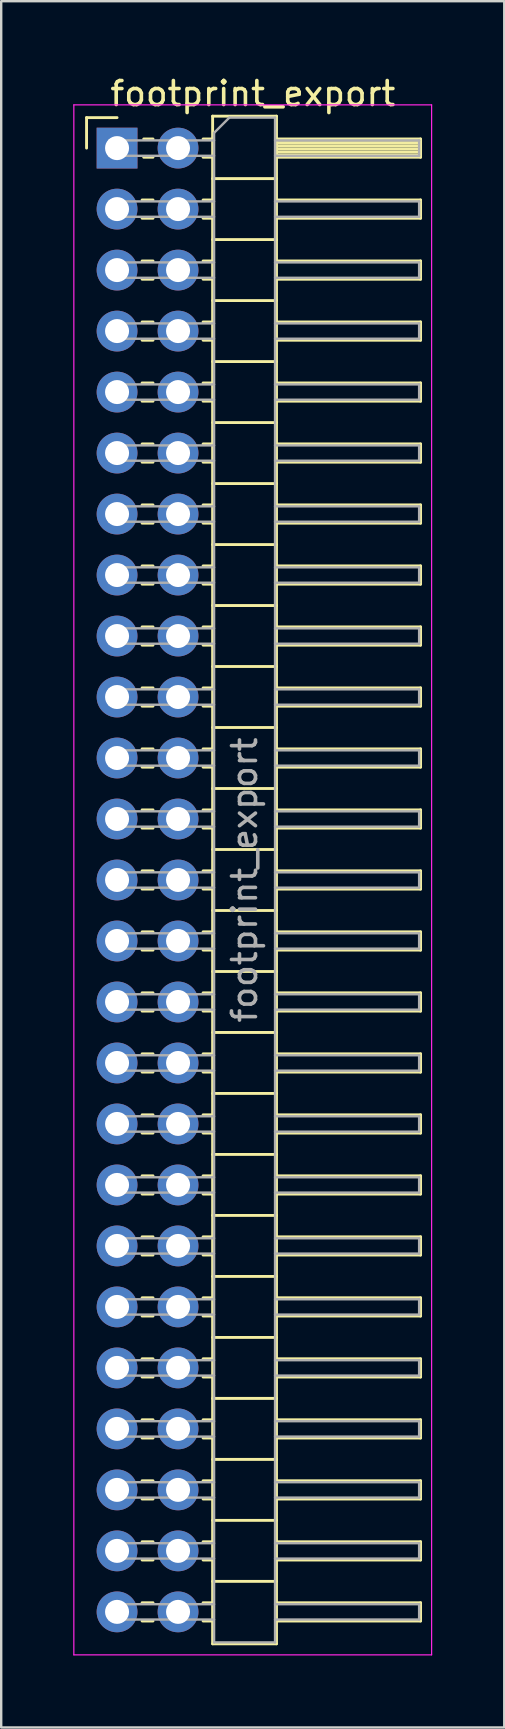
<source format=kicad_pcb>
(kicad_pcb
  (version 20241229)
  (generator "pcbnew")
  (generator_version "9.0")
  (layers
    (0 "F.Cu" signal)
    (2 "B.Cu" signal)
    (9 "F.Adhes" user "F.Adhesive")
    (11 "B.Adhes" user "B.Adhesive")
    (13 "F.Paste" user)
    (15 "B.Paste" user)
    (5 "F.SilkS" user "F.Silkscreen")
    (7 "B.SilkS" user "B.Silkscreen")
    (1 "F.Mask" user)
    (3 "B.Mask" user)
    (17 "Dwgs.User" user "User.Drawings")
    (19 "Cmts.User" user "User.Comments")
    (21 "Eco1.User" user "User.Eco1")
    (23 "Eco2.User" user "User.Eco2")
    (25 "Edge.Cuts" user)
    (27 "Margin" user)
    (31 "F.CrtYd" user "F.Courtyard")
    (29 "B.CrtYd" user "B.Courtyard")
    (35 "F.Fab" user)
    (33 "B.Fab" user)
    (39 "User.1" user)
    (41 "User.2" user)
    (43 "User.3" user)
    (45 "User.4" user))
  (footprint "footprint_export"
    (layer "F.Cu")
    (at 1.825 3.118)
    (property "Reference" "footprint_export" (at 5.655 -2.27 0) (layer "F.SilkS") (effects (font (size 1 1) (thickness 0.15))))
    (attr through_hole)
    (fp_line (start -1.27 -1.27) (end 0 -1.27) (stroke (width 0.12) (type solid)) (layer "F.SilkS"))
    (fp_line (start -1.27 0) (end -1.27 -1.27) (stroke (width 0.12) (type solid)) (layer "F.SilkS"))
    (fp_line (start 1.043 2.16) (end 1.497 2.16) (stroke (width 0.12) (type solid)) (layer "F.SilkS"))
    (fp_line (start 1.043 2.92) (end 1.497 2.92) (stroke (width 0.12) (type solid)) (layer "F.SilkS"))
    (fp_line (start 1.043 4.7) (end 1.497 4.7) (stroke (width 0.12) (type solid)) (layer "F.SilkS"))
    (fp_line (start 1.043 5.46) (end 1.497 5.46) (stroke (width 0.12) (type solid)) (layer "F.SilkS"))
    (fp_line (start 1.043 7.24) (end 1.497 7.24) (stroke (width 0.12) (type solid)) (layer "F.SilkS"))
    (fp_line (start 1.043 8) (end 1.497 8) (stroke (width 0.12) (type solid)) (layer "F.SilkS"))
    (fp_line (start 1.043 9.78) (end 1.497 9.78) (stroke (width 0.12) (type solid)) (layer "F.SilkS"))
    (fp_line (start 1.043 10.54) (end 1.497 10.54) (stroke (width 0.12) (type solid)) (layer "F.SilkS"))
    (fp_line (start 1.043 12.32) (end 1.497 12.32) (stroke (width 0.12) (type solid)) (layer "F.SilkS"))
    (fp_line (start 1.043 13.08) (end 1.497 13.08) (stroke (width 0.12) (type solid)) (layer "F.SilkS"))
    (fp_line (start 1.043 14.86) (end 1.497 14.86) (stroke (width 0.12) (type solid)) (layer "F.SilkS"))
    (fp_line (start 1.043 15.62) (end 1.497 15.62) (stroke (width 0.12) (type solid)) (layer "F.SilkS"))
    (fp_line (start 1.043 17.4) (end 1.497 17.4) (stroke (width 0.12) (type solid)) (layer "F.SilkS"))
    (fp_line (start 1.043 18.16) (end 1.497 18.16) (stroke (width 0.12) (type solid)) (layer "F.SilkS"))
    (fp_line (start 1.043 19.94) (end 1.497 19.94) (stroke (width 0.12) (type solid)) (layer "F.SilkS"))
    (fp_line (start 1.043 20.7) (end 1.497 20.7) (stroke (width 0.12) (type solid)) (layer "F.SilkS"))
    (fp_line (start 1.043 22.48) (end 1.497 22.48) (stroke (width 0.12) (type solid)) (layer "F.SilkS"))
    (fp_line (start 1.043 23.24) (end 1.497 23.24) (stroke (width 0.12) (type solid)) (layer "F.SilkS"))
    (fp_line (start 1.043 25.02) (end 1.497 25.02) (stroke (width 0.12) (type solid)) (layer "F.SilkS"))
    (fp_line (start 1.043 25.78) (end 1.497 25.78) (stroke (width 0.12) (type solid)) (layer "F.SilkS"))
    (fp_line (start 1.043 27.56) (end 1.497 27.56) (stroke (width 0.12) (type solid)) (layer "F.SilkS"))
    (fp_line (start 1.043 28.32) (end 1.497 28.32) (stroke (width 0.12) (type solid)) (layer "F.SilkS"))
    (fp_line (start 1.043 30.1) (end 1.497 30.1) (stroke (width 0.12) (type solid)) (layer "F.SilkS"))
    (fp_line (start 1.043 30.86) (end 1.497 30.86) (stroke (width 0.12) (type solid)) (layer "F.SilkS"))
    (fp_line (start 1.043 32.64) (end 1.497 32.64) (stroke (width 0.12) (type solid)) (layer "F.SilkS"))
    (fp_line (start 1.043 33.4) (end 1.497 33.4) (stroke (width 0.12) (type solid)) (layer "F.SilkS"))
    (fp_line (start 1.043 35.18) (end 1.497 35.18) (stroke (width 0.12) (type solid)) (layer "F.SilkS"))
    (fp_line (start 1.043 35.94) (end 1.497 35.94) (stroke (width 0.12) (type solid)) (layer "F.SilkS"))
    (fp_line (start 1.043 37.72) (end 1.497 37.72) (stroke (width 0.12) (type solid)) (layer "F.SilkS"))
    (fp_line (start 1.043 38.48) (end 1.497 38.48) (stroke (width 0.12) (type solid)) (layer "F.SilkS"))
    (fp_line (start 1.043 40.26) (end 1.497 40.26) (stroke (width 0.12) (type solid)) (layer "F.SilkS"))
    (fp_line (start 1.043 41.02) (end 1.497 41.02) (stroke (width 0.12) (type solid)) (layer "F.SilkS"))
    (fp_line (start 1.043 42.8) (end 1.497 42.8) (stroke (width 0.12) (type solid)) (layer "F.SilkS"))
    (fp_line (start 1.043 43.56) (end 1.497 43.56) (stroke (width 0.12) (type solid)) (layer "F.SilkS"))
    (fp_line (start 1.043 45.34) (end 1.497 45.34) (stroke (width 0.12) (type solid)) (layer "F.SilkS"))
    (fp_line (start 1.043 46.1) (end 1.497 46.1) (stroke (width 0.12) (type solid)) (layer "F.SilkS"))
    (fp_line (start 1.043 47.88) (end 1.497 47.88) (stroke (width 0.12) (type solid)) (layer "F.SilkS"))
    (fp_line (start 1.043 48.64) (end 1.497 48.64) (stroke (width 0.12) (type solid)) (layer "F.SilkS"))
    (fp_line (start 1.043 50.42) (end 1.497 50.42) (stroke (width 0.12) (type solid)) (layer "F.SilkS"))
    (fp_line (start 1.043 51.18) (end 1.497 51.18) (stroke (width 0.12) (type solid)) (layer "F.SilkS"))
    (fp_line (start 1.043 52.96) (end 1.497 52.96) (stroke (width 0.12) (type solid)) (layer "F.SilkS"))
    (fp_line (start 1.043 53.72) (end 1.497 53.72) (stroke (width 0.12) (type solid)) (layer "F.SilkS"))
    (fp_line (start 1.043 55.5) (end 1.497 55.5) (stroke (width 0.12) (type solid)) (layer "F.SilkS"))
    (fp_line (start 1.043 56.26) (end 1.497 56.26) (stroke (width 0.12) (type solid)) (layer "F.SilkS"))
    (fp_line (start 1.043 58.04) (end 1.497 58.04) (stroke (width 0.12) (type solid)) (layer "F.SilkS"))
    (fp_line (start 1.043 58.8) (end 1.497 58.8) (stroke (width 0.12) (type solid)) (layer "F.SilkS"))
    (fp_line (start 1.043 60.58) (end 1.497 60.58) (stroke (width 0.12) (type solid)) (layer "F.SilkS"))
    (fp_line (start 1.043 61.34) (end 1.497 61.34) (stroke (width 0.12) (type solid)) (layer "F.SilkS"))
    (fp_line (start 1.11 -0.38) (end 1.497 -0.38) (stroke (width 0.12) (type solid)) (layer "F.SilkS"))
    (fp_line (start 1.11 0.38) (end 1.497 0.38) (stroke (width 0.12) (type solid)) (layer "F.SilkS"))
    (fp_line (start 3.583 -0.38) (end 3.98 -0.38) (stroke (width 0.12) (type solid)) (layer "F.SilkS"))
    (fp_line (start 3.583 0.38) (end 3.98 0.38) (stroke (width 0.12) (type solid)) (layer "F.SilkS"))
    (fp_line (start 3.583 2.16) (end 3.98 2.16) (stroke (width 0.12) (type solid)) (layer "F.SilkS"))
    (fp_line (start 3.583 2.92) (end 3.98 2.92) (stroke (width 0.12) (type solid)) (layer "F.SilkS"))
    (fp_line (start 3.583 4.7) (end 3.98 4.7) (stroke (width 0.12) (type solid)) (layer "F.SilkS"))
    (fp_line (start 3.583 5.46) (end 3.98 5.46) (stroke (width 0.12) (type solid)) (layer "F.SilkS"))
    (fp_line (start 3.583 7.24) (end 3.98 7.24) (stroke (width 0.12) (type solid)) (layer "F.SilkS"))
    (fp_line (start 3.583 8) (end 3.98 8) (stroke (width 0.12) (type solid)) (layer "F.SilkS"))
    (fp_line (start 3.583 9.78) (end 3.98 9.78) (stroke (width 0.12) (type solid)) (layer "F.SilkS"))
    (fp_line (start 3.583 10.54) (end 3.98 10.54) (stroke (width 0.12) (type solid)) (layer "F.SilkS"))
    (fp_line (start 3.583 12.32) (end 3.98 12.32) (stroke (width 0.12) (type solid)) (layer "F.SilkS"))
    (fp_line (start 3.583 13.08) (end 3.98 13.08) (stroke (width 0.12) (type solid)) (layer "F.SilkS"))
    (fp_line (start 3.583 14.86) (end 3.98 14.86) (stroke (width 0.12) (type solid)) (layer "F.SilkS"))
    (fp_line (start 3.583 15.62) (end 3.98 15.62) (stroke (width 0.12) (type solid)) (layer "F.SilkS"))
    (fp_line (start 3.583 17.4) (end 3.98 17.4) (stroke (width 0.12) (type solid)) (layer "F.SilkS"))
    (fp_line (start 3.583 18.16) (end 3.98 18.16) (stroke (width 0.12) (type solid)) (layer "F.SilkS"))
    (fp_line (start 3.583 19.94) (end 3.98 19.94) (stroke (width 0.12) (type solid)) (layer "F.SilkS"))
    (fp_line (start 3.583 20.7) (end 3.98 20.7) (stroke (width 0.12) (type solid)) (layer "F.SilkS"))
    (fp_line (start 3.583 22.48) (end 3.98 22.48) (stroke (width 0.12) (type solid)) (layer "F.SilkS"))
    (fp_line (start 3.583 23.24) (end 3.98 23.24) (stroke (width 0.12) (type solid)) (layer "F.SilkS"))
    (fp_line (start 3.583 25.02) (end 3.98 25.02) (stroke (width 0.12) (type solid)) (layer "F.SilkS"))
    (fp_line (start 3.583 25.78) (end 3.98 25.78) (stroke (width 0.12) (type solid)) (layer "F.SilkS"))
    (fp_line (start 3.583 27.56) (end 3.98 27.56) (stroke (width 0.12) (type solid)) (layer "F.SilkS"))
    (fp_line (start 3.583 28.32) (end 3.98 28.32) (stroke (width 0.12) (type solid)) (layer "F.SilkS"))
    (fp_line (start 3.583 30.1) (end 3.98 30.1) (stroke (width 0.12) (type solid)) (layer "F.SilkS"))
    (fp_line (start 3.583 30.86) (end 3.98 30.86) (stroke (width 0.12) (type solid)) (layer "F.SilkS"))
    (fp_line (start 3.583 32.64) (end 3.98 32.64) (stroke (width 0.12) (type solid)) (layer "F.SilkS"))
    (fp_line (start 3.583 33.4) (end 3.98 33.4) (stroke (width 0.12) (type solid)) (layer "F.SilkS"))
    (fp_line (start 3.583 35.18) (end 3.98 35.18) (stroke (width 0.12) (type solid)) (layer "F.SilkS"))
    (fp_line (start 3.583 35.94) (end 3.98 35.94) (stroke (width 0.12) (type solid)) (layer "F.SilkS"))
    (fp_line (start 3.583 37.72) (end 3.98 37.72) (stroke (width 0.12) (type solid)) (layer "F.SilkS"))
    (fp_line (start 3.583 38.48) (end 3.98 38.48) (stroke (width 0.12) (type solid)) (layer "F.SilkS"))
    (fp_line (start 3.583 40.26) (end 3.98 40.26) (stroke (width 0.12) (type solid)) (layer "F.SilkS"))
    (fp_line (start 3.583 41.02) (end 3.98 41.02) (stroke (width 0.12) (type solid)) (layer "F.SilkS"))
    (fp_line (start 3.583 42.8) (end 3.98 42.8) (stroke (width 0.12) (type solid)) (layer "F.SilkS"))
    (fp_line (start 3.583 43.56) (end 3.98 43.56) (stroke (width 0.12) (type solid)) (layer "F.SilkS"))
    (fp_line (start 3.583 45.34) (end 3.98 45.34) (stroke (width 0.12) (type solid)) (layer "F.SilkS"))
    (fp_line (start 3.583 46.1) (end 3.98 46.1) (stroke (width 0.12) (type solid)) (layer "F.SilkS"))
    (fp_line (start 3.583 47.88) (end 3.98 47.88) (stroke (width 0.12) (type solid)) (layer "F.SilkS"))
    (fp_line (start 3.583 48.64) (end 3.98 48.64) (stroke (width 0.12) (type solid)) (layer "F.SilkS"))
    (fp_line (start 3.583 50.42) (end 3.98 50.42) (stroke (width 0.12) (type solid)) (layer "F.SilkS"))
    (fp_line (start 3.583 51.18) (end 3.98 51.18) (stroke (width 0.12) (type solid)) (layer "F.SilkS"))
    (fp_line (start 3.583 52.96) (end 3.98 52.96) (stroke (width 0.12) (type solid)) (layer "F.SilkS"))
    (fp_line (start 3.583 53.72) (end 3.98 53.72) (stroke (width 0.12) (type solid)) (layer "F.SilkS"))
    (fp_line (start 3.583 55.5) (end 3.98 55.5) (stroke (width 0.12) (type solid)) (layer "F.SilkS"))
    (fp_line (start 3.583 56.26) (end 3.98 56.26) (stroke (width 0.12) (type solid)) (layer "F.SilkS"))
    (fp_line (start 3.583 58.04) (end 3.98 58.04) (stroke (width 0.12) (type solid)) (layer "F.SilkS"))
    (fp_line (start 3.583 58.8) (end 3.98 58.8) (stroke (width 0.12) (type solid)) (layer "F.SilkS"))
    (fp_line (start 3.583 60.58) (end 3.98 60.58) (stroke (width 0.12) (type solid)) (layer "F.SilkS"))
    (fp_line (start 3.583 61.34) (end 3.98 61.34) (stroke (width 0.12) (type solid)) (layer "F.SilkS"))
    (fp_line (start 3.98 -1.33) (end 3.98 62.29) (stroke (width 0.12) (type solid)) (layer "F.SilkS"))
    (fp_line (start 3.98 1.27) (end 6.64 1.27) (stroke (width 0.12) (type solid)) (layer "F.SilkS"))
    (fp_line (start 3.98 3.81) (end 6.64 3.81) (stroke (width 0.12) (type solid)) (layer "F.SilkS"))
    (fp_line (start 3.98 6.35) (end 6.64 6.35) (stroke (width 0.12) (type solid)) (layer "F.SilkS"))
    (fp_line (start 3.98 8.89) (end 6.64 8.89) (stroke (width 0.12) (type solid)) (layer "F.SilkS"))
    (fp_line (start 3.98 11.43) (end 6.64 11.43) (stroke (width 0.12) (type solid)) (layer "F.SilkS"))
    (fp_line (start 3.98 13.97) (end 6.64 13.97) (stroke (width 0.12) (type solid)) (layer "F.SilkS"))
    (fp_line (start 3.98 16.51) (end 6.64 16.51) (stroke (width 0.12) (type solid)) (layer "F.SilkS"))
    (fp_line (start 3.98 19.05) (end 6.64 19.05) (stroke (width 0.12) (type solid)) (layer "F.SilkS"))
    (fp_line (start 3.98 21.59) (end 6.64 21.59) (stroke (width 0.12) (type solid)) (layer "F.SilkS"))
    (fp_line (start 3.98 24.13) (end 6.64 24.13) (stroke (width 0.12) (type solid)) (layer "F.SilkS"))
    (fp_line (start 3.98 26.67) (end 6.64 26.67) (stroke (width 0.12) (type solid)) (layer "F.SilkS"))
    (fp_line (start 3.98 29.21) (end 6.64 29.21) (stroke (width 0.12) (type solid)) (layer "F.SilkS"))
    (fp_line (start 3.98 31.75) (end 6.64 31.75) (stroke (width 0.12) (type solid)) (layer "F.SilkS"))
    (fp_line (start 3.98 34.29) (end 6.64 34.29) (stroke (width 0.12) (type solid)) (layer "F.SilkS"))
    (fp_line (start 3.98 36.83) (end 6.64 36.83) (stroke (width 0.12) (type solid)) (layer "F.SilkS"))
    (fp_line (start 3.98 39.37) (end 6.64 39.37) (stroke (width 0.12) (type solid)) (layer "F.SilkS"))
    (fp_line (start 3.98 41.91) (end 6.64 41.91) (stroke (width 0.12) (type solid)) (layer "F.SilkS"))
    (fp_line (start 3.98 44.45) (end 6.64 44.45) (stroke (width 0.12) (type solid)) (layer "F.SilkS"))
    (fp_line (start 3.98 46.99) (end 6.64 46.99) (stroke (width 0.12) (type solid)) (layer "F.SilkS"))
    (fp_line (start 3.98 49.53) (end 6.64 49.53) (stroke (width 0.12) (type solid)) (layer "F.SilkS"))
    (fp_line (start 3.98 52.07) (end 6.64 52.07) (stroke (width 0.12) (type solid)) (layer "F.SilkS"))
    (fp_line (start 3.98 54.61) (end 6.64 54.61) (stroke (width 0.12) (type solid)) (layer "F.SilkS"))
    (fp_line (start 3.98 57.15) (end 6.64 57.15) (stroke (width 0.12) (type solid)) (layer "F.SilkS"))
    (fp_line (start 3.98 59.69) (end 6.64 59.69) (stroke (width 0.12) (type solid)) (layer "F.SilkS"))
    (fp_line (start 3.98 62.29) (end 6.64 62.29) (stroke (width 0.12) (type solid)) (layer "F.SilkS"))
    (fp_line (start 6.64 -1.33) (end 3.98 -1.33) (stroke (width 0.12) (type solid)) (layer "F.SilkS"))
    (fp_line (start 6.64 -0.38) (end 12.64 -0.38) (stroke (width 0.12) (type solid)) (layer "F.SilkS"))
    (fp_line (start 6.64 -0.32) (end 12.64 -0.32) (stroke (width 0.12) (type solid)) (layer "F.SilkS"))
    (fp_line (start 6.64 -0.2) (end 12.64 -0.2) (stroke (width 0.12) (type solid)) (layer "F.SilkS"))
    (fp_line (start 6.64 -0.08) (end 12.64 -0.08) (stroke (width 0.12) (type solid)) (layer "F.SilkS"))
    (fp_line (start 6.64 0.04) (end 12.64 0.04) (stroke (width 0.12) (type solid)) (layer "F.SilkS"))
    (fp_line (start 6.64 0.16) (end 12.64 0.16) (stroke (width 0.12) (type solid)) (layer "F.SilkS"))
    (fp_line (start 6.64 0.28) (end 12.64 0.28) (stroke (width 0.12) (type solid)) (layer "F.SilkS"))
    (fp_line (start 6.64 2.16) (end 12.64 2.16) (stroke (width 0.12) (type solid)) (layer "F.SilkS"))
    (fp_line (start 6.64 4.7) (end 12.64 4.7) (stroke (width 0.12) (type solid)) (layer "F.SilkS"))
    (fp_line (start 6.64 7.24) (end 12.64 7.24) (stroke (width 0.12) (type solid)) (layer "F.SilkS"))
    (fp_line (start 6.64 9.78) (end 12.64 9.78) (stroke (width 0.12) (type solid)) (layer "F.SilkS"))
    (fp_line (start 6.64 12.32) (end 12.64 12.32) (stroke (width 0.12) (type solid)) (layer "F.SilkS"))
    (fp_line (start 6.64 14.86) (end 12.64 14.86) (stroke (width 0.12) (type solid)) (layer "F.SilkS"))
    (fp_line (start 6.64 17.4) (end 12.64 17.4) (stroke (width 0.12) (type solid)) (layer "F.SilkS"))
    (fp_line (start 6.64 19.94) (end 12.64 19.94) (stroke (width 0.12) (type solid)) (layer "F.SilkS"))
    (fp_line (start 6.64 22.48) (end 12.64 22.48) (stroke (width 0.12) (type solid)) (layer "F.SilkS"))
    (fp_line (start 6.64 25.02) (end 12.64 25.02) (stroke (width 0.12) (type solid)) (layer "F.SilkS"))
    (fp_line (start 6.64 27.56) (end 12.64 27.56) (stroke (width 0.12) (type solid)) (layer "F.SilkS"))
    (fp_line (start 6.64 30.1) (end 12.64 30.1) (stroke (width 0.12) (type solid)) (layer "F.SilkS"))
    (fp_line (start 6.64 32.64) (end 12.64 32.64) (stroke (width 0.12) (type solid)) (layer "F.SilkS"))
    (fp_line (start 6.64 35.18) (end 12.64 35.18) (stroke (width 0.12) (type solid)) (layer "F.SilkS"))
    (fp_line (start 6.64 37.72) (end 12.64 37.72) (stroke (width 0.12) (type solid)) (layer "F.SilkS"))
    (fp_line (start 6.64 40.26) (end 12.64 40.26) (stroke (width 0.12) (type solid)) (layer "F.SilkS"))
    (fp_line (start 6.64 42.8) (end 12.64 42.8) (stroke (width 0.12) (type solid)) (layer "F.SilkS"))
    (fp_line (start 6.64 45.34) (end 12.64 45.34) (stroke (width 0.12) (type solid)) (layer "F.SilkS"))
    (fp_line (start 6.64 47.88) (end 12.64 47.88) (stroke (width 0.12) (type solid)) (layer "F.SilkS"))
    (fp_line (start 6.64 50.42) (end 12.64 50.42) (stroke (width 0.12) (type solid)) (layer "F.SilkS"))
    (fp_line (start 6.64 52.96) (end 12.64 52.96) (stroke (width 0.12) (type solid)) (layer "F.SilkS"))
    (fp_line (start 6.64 55.5) (end 12.64 55.5) (stroke (width 0.12) (type solid)) (layer "F.SilkS"))
    (fp_line (start 6.64 58.04) (end 12.64 58.04) (stroke (width 0.12) (type solid)) (layer "F.SilkS"))
    (fp_line (start 6.64 60.58) (end 12.64 60.58) (stroke (width 0.12) (type solid)) (layer "F.SilkS"))
    (fp_line (start 6.64 62.29) (end 6.64 -1.33) (stroke (width 0.12) (type solid)) (layer "F.SilkS"))
    (fp_line (start 12.64 -0.38) (end 12.64 0.38) (stroke (width 0.12) (type solid)) (layer "F.SilkS"))
    (fp_line (start 12.64 0.38) (end 6.64 0.38) (stroke (width 0.12) (type solid)) (layer "F.SilkS"))
    (fp_line (start 12.64 2.16) (end 12.64 2.92) (stroke (width 0.12) (type solid)) (layer "F.SilkS"))
    (fp_line (start 12.64 2.92) (end 6.64 2.92) (stroke (width 0.12) (type solid)) (layer "F.SilkS"))
    (fp_line (start 12.64 4.7) (end 12.64 5.46) (stroke (width 0.12) (type solid)) (layer "F.SilkS"))
    (fp_line (start 12.64 5.46) (end 6.64 5.46) (stroke (width 0.12) (type solid)) (layer "F.SilkS"))
    (fp_line (start 12.64 7.24) (end 12.64 8) (stroke (width 0.12) (type solid)) (layer "F.SilkS"))
    (fp_line (start 12.64 8) (end 6.64 8) (stroke (width 0.12) (type solid)) (layer "F.SilkS"))
    (fp_line (start 12.64 9.78) (end 12.64 10.54) (stroke (width 0.12) (type solid)) (layer "F.SilkS"))
    (fp_line (start 12.64 10.54) (end 6.64 10.54) (stroke (width 0.12) (type solid)) (layer "F.SilkS"))
    (fp_line (start 12.64 12.32) (end 12.64 13.08) (stroke (width 0.12) (type solid)) (layer "F.SilkS"))
    (fp_line (start 12.64 13.08) (end 6.64 13.08) (stroke (width 0.12) (type solid)) (layer "F.SilkS"))
    (fp_line (start 12.64 14.86) (end 12.64 15.62) (stroke (width 0.12) (type solid)) (layer "F.SilkS"))
    (fp_line (start 12.64 15.62) (end 6.64 15.62) (stroke (width 0.12) (type solid)) (layer "F.SilkS"))
    (fp_line (start 12.64 17.4) (end 12.64 18.16) (stroke (width 0.12) (type solid)) (layer "F.SilkS"))
    (fp_line (start 12.64 18.16) (end 6.64 18.16) (stroke (width 0.12) (type solid)) (layer "F.SilkS"))
    (fp_line (start 12.64 19.94) (end 12.64 20.7) (stroke (width 0.12) (type solid)) (layer "F.SilkS"))
    (fp_line (start 12.64 20.7) (end 6.64 20.7) (stroke (width 0.12) (type solid)) (layer "F.SilkS"))
    (fp_line (start 12.64 22.48) (end 12.64 23.24) (stroke (width 0.12) (type solid)) (layer "F.SilkS"))
    (fp_line (start 12.64 23.24) (end 6.64 23.24) (stroke (width 0.12) (type solid)) (layer "F.SilkS"))
    (fp_line (start 12.64 25.02) (end 12.64 25.78) (stroke (width 0.12) (type solid)) (layer "F.SilkS"))
    (fp_line (start 12.64 25.78) (end 6.64 25.78) (stroke (width 0.12) (type solid)) (layer "F.SilkS"))
    (fp_line (start 12.64 27.56) (end 12.64 28.32) (stroke (width 0.12) (type solid)) (layer "F.SilkS"))
    (fp_line (start 12.64 28.32) (end 6.64 28.32) (stroke (width 0.12) (type solid)) (layer "F.SilkS"))
    (fp_line (start 12.64 30.1) (end 12.64 30.86) (stroke (width 0.12) (type solid)) (layer "F.SilkS"))
    (fp_line (start 12.64 30.86) (end 6.64 30.86) (stroke (width 0.12) (type solid)) (layer "F.SilkS"))
    (fp_line (start 12.64 32.64) (end 12.64 33.4) (stroke (width 0.12) (type solid)) (layer "F.SilkS"))
    (fp_line (start 12.64 33.4) (end 6.64 33.4) (stroke (width 0.12) (type solid)) (layer "F.SilkS"))
    (fp_line (start 12.64 35.18) (end 12.64 35.94) (stroke (width 0.12) (type solid)) (layer "F.SilkS"))
    (fp_line (start 12.64 35.94) (end 6.64 35.94) (stroke (width 0.12) (type solid)) (layer "F.SilkS"))
    (fp_line (start 12.64 37.72) (end 12.64 38.48) (stroke (width 0.12) (type solid)) (layer "F.SilkS"))
    (fp_line (start 12.64 38.48) (end 6.64 38.48) (stroke (width 0.12) (type solid)) (layer "F.SilkS"))
    (fp_line (start 12.64 40.26) (end 12.64 41.02) (stroke (width 0.12) (type solid)) (layer "F.SilkS"))
    (fp_line (start 12.64 41.02) (end 6.64 41.02) (stroke (width 0.12) (type solid)) (layer "F.SilkS"))
    (fp_line (start 12.64 42.8) (end 12.64 43.56) (stroke (width 0.12) (type solid)) (layer "F.SilkS"))
    (fp_line (start 12.64 43.56) (end 6.64 43.56) (stroke (width 0.12) (type solid)) (layer "F.SilkS"))
    (fp_line (start 12.64 45.34) (end 12.64 46.1) (stroke (width 0.12) (type solid)) (layer "F.SilkS"))
    (fp_line (start 12.64 46.1) (end 6.64 46.1) (stroke (width 0.12) (type solid)) (layer "F.SilkS"))
    (fp_line (start 12.64 47.88) (end 12.64 48.64) (stroke (width 0.12) (type solid)) (layer "F.SilkS"))
    (fp_line (start 12.64 48.64) (end 6.64 48.64) (stroke (width 0.12) (type solid)) (layer "F.SilkS"))
    (fp_line (start 12.64 50.42) (end 12.64 51.18) (stroke (width 0.12) (type solid)) (layer "F.SilkS"))
    (fp_line (start 12.64 51.18) (end 6.64 51.18) (stroke (width 0.12) (type solid)) (layer "F.SilkS"))
    (fp_line (start 12.64 52.96) (end 12.64 53.72) (stroke (width 0.12) (type solid)) (layer "F.SilkS"))
    (fp_line (start 12.64 53.72) (end 6.64 53.72) (stroke (width 0.12) (type solid)) (layer "F.SilkS"))
    (fp_line (start 12.64 55.5) (end 12.64 56.26) (stroke (width 0.12) (type solid)) (layer "F.SilkS"))
    (fp_line (start 12.64 56.26) (end 6.64 56.26) (stroke (width 0.12) (type solid)) (layer "F.SilkS"))
    (fp_line (start 12.64 58.04) (end 12.64 58.8) (stroke (width 0.12) (type solid)) (layer "F.SilkS"))
    (fp_line (start 12.64 58.8) (end 6.64 58.8) (stroke (width 0.12) (type solid)) (layer "F.SilkS"))
    (fp_line (start 12.64 60.58) (end 12.64 61.34) (stroke (width 0.12) (type solid)) (layer "F.SilkS"))
    (fp_line (start 12.64 61.34) (end 6.64 61.34) (stroke (width 0.12) (type solid)) (layer "F.SilkS"))
    (fp_line (start -1.8 -1.8) (end -1.8 62.75) (stroke (width 0.05) (type solid)) (layer "F.CrtYd"))
    (fp_line (start -1.8 62.75) (end 13.1 62.75) (stroke (width 0.05) (type solid)) (layer "F.CrtYd"))
    (fp_line (start 13.1 -1.8) (end -1.8 -1.8) (stroke (width 0.05) (type solid)) (layer "F.CrtYd"))
    (fp_line (start 13.1 62.75) (end 13.1 -1.8) (stroke (width 0.05) (type solid)) (layer "F.CrtYd"))
    (fp_line (start -0.32 -0.32) (end -0.32 0.32) (stroke (width 0.1) (type solid)) (layer "F.Fab"))
    (fp_line (start -0.32 -0.32) (end 4.04 -0.32) (stroke (width 0.1) (type solid)) (layer "F.Fab"))
    (fp_line (start -0.32 0.32) (end 4.04 0.32) (stroke (width 0.1) (type solid)) (layer "F.Fab"))
    (fp_line (start -0.32 2.22) (end -0.32 2.86) (stroke (width 0.1) (type solid)) (layer "F.Fab"))
    (fp_line (start -0.32 2.22) (end 4.04 2.22) (stroke (width 0.1) (type solid)) (layer "F.Fab"))
    (fp_line (start -0.32 2.86) (end 4.04 2.86) (stroke (width 0.1) (type solid)) (layer "F.Fab"))
    (fp_line (start -0.32 4.76) (end -0.32 5.4) (stroke (width 0.1) (type solid)) (layer "F.Fab"))
    (fp_line (start -0.32 4.76) (end 4.04 4.76) (stroke (width 0.1) (type solid)) (layer "F.Fab"))
    (fp_line (start -0.32 5.4) (end 4.04 5.4) (stroke (width 0.1) (type solid)) (layer "F.Fab"))
    (fp_line (start -0.32 7.3) (end -0.32 7.94) (stroke (width 0.1) (type solid)) (layer "F.Fab"))
    (fp_line (start -0.32 7.3) (end 4.04 7.3) (stroke (width 0.1) (type solid)) (layer "F.Fab"))
    (fp_line (start -0.32 7.94) (end 4.04 7.94) (stroke (width 0.1) (type solid)) (layer "F.Fab"))
    (fp_line (start -0.32 9.84) (end -0.32 10.48) (stroke (width 0.1) (type solid)) (layer "F.Fab"))
    (fp_line (start -0.32 9.84) (end 4.04 9.84) (stroke (width 0.1) (type solid)) (layer "F.Fab"))
    (fp_line (start -0.32 10.48) (end 4.04 10.48) (stroke (width 0.1) (type solid)) (layer "F.Fab"))
    (fp_line (start -0.32 12.38) (end -0.32 13.02) (stroke (width 0.1) (type solid)) (layer "F.Fab"))
    (fp_line (start -0.32 12.38) (end 4.04 12.38) (stroke (width 0.1) (type solid)) (layer "F.Fab"))
    (fp_line (start -0.32 13.02) (end 4.04 13.02) (stroke (width 0.1) (type solid)) (layer "F.Fab"))
    (fp_line (start -0.32 14.92) (end -0.32 15.56) (stroke (width 0.1) (type solid)) (layer "F.Fab"))
    (fp_line (start -0.32 14.92) (end 4.04 14.92) (stroke (width 0.1) (type solid)) (layer "F.Fab"))
    (fp_line (start -0.32 15.56) (end 4.04 15.56) (stroke (width 0.1) (type solid)) (layer "F.Fab"))
    (fp_line (start -0.32 17.46) (end -0.32 18.1) (stroke (width 0.1) (type solid)) (layer "F.Fab"))
    (fp_line (start -0.32 17.46) (end 4.04 17.46) (stroke (width 0.1) (type solid)) (layer "F.Fab"))
    (fp_line (start -0.32 18.1) (end 4.04 18.1) (stroke (width 0.1) (type solid)) (layer "F.Fab"))
    (fp_line (start -0.32 20) (end -0.32 20.64) (stroke (width 0.1) (type solid)) (layer "F.Fab"))
    (fp_line (start -0.32 20) (end 4.04 20) (stroke (width 0.1) (type solid)) (layer "F.Fab"))
    (fp_line (start -0.32 20.64) (end 4.04 20.64) (stroke (width 0.1) (type solid)) (layer "F.Fab"))
    (fp_line (start -0.32 22.54) (end -0.32 23.18) (stroke (width 0.1) (type solid)) (layer "F.Fab"))
    (fp_line (start -0.32 22.54) (end 4.04 22.54) (stroke (width 0.1) (type solid)) (layer "F.Fab"))
    (fp_line (start -0.32 23.18) (end 4.04 23.18) (stroke (width 0.1) (type solid)) (layer "F.Fab"))
    (fp_line (start -0.32 25.08) (end -0.32 25.72) (stroke (width 0.1) (type solid)) (layer "F.Fab"))
    (fp_line (start -0.32 25.08) (end 4.04 25.08) (stroke (width 0.1) (type solid)) (layer "F.Fab"))
    (fp_line (start -0.32 25.72) (end 4.04 25.72) (stroke (width 0.1) (type solid)) (layer "F.Fab"))
    (fp_line (start -0.32 27.62) (end -0.32 28.26) (stroke (width 0.1) (type solid)) (layer "F.Fab"))
    (fp_line (start -0.32 27.62) (end 4.04 27.62) (stroke (width 0.1) (type solid)) (layer "F.Fab"))
    (fp_line (start -0.32 28.26) (end 4.04 28.26) (stroke (width 0.1) (type solid)) (layer "F.Fab"))
    (fp_line (start -0.32 30.16) (end -0.32 30.8) (stroke (width 0.1) (type solid)) (layer "F.Fab"))
    (fp_line (start -0.32 30.16) (end 4.04 30.16) (stroke (width 0.1) (type solid)) (layer "F.Fab"))
    (fp_line (start -0.32 30.8) (end 4.04 30.8) (stroke (width 0.1) (type solid)) (layer "F.Fab"))
    (fp_line (start -0.32 32.7) (end -0.32 33.34) (stroke (width 0.1) (type solid)) (layer "F.Fab"))
    (fp_line (start -0.32 32.7) (end 4.04 32.7) (stroke (width 0.1) (type solid)) (layer "F.Fab"))
    (fp_line (start -0.32 33.34) (end 4.04 33.34) (stroke (width 0.1) (type solid)) (layer "F.Fab"))
    (fp_line (start -0.32 35.24) (end -0.32 35.88) (stroke (width 0.1) (type solid)) (layer "F.Fab"))
    (fp_line (start -0.32 35.24) (end 4.04 35.24) (stroke (width 0.1) (type solid)) (layer "F.Fab"))
    (fp_line (start -0.32 35.88) (end 4.04 35.88) (stroke (width 0.1) (type solid)) (layer "F.Fab"))
    (fp_line (start -0.32 37.78) (end -0.32 38.42) (stroke (width 0.1) (type solid)) (layer "F.Fab"))
    (fp_line (start -0.32 37.78) (end 4.04 37.78) (stroke (width 0.1) (type solid)) (layer "F.Fab"))
    (fp_line (start -0.32 38.42) (end 4.04 38.42) (stroke (width 0.1) (type solid)) (layer "F.Fab"))
    (fp_line (start -0.32 40.32) (end -0.32 40.96) (stroke (width 0.1) (type solid)) (layer "F.Fab"))
    (fp_line (start -0.32 40.32) (end 4.04 40.32) (stroke (width 0.1) (type solid)) (layer "F.Fab"))
    (fp_line (start -0.32 40.96) (end 4.04 40.96) (stroke (width 0.1) (type solid)) (layer "F.Fab"))
    (fp_line (start -0.32 42.86) (end -0.32 43.5) (stroke (width 0.1) (type solid)) (layer "F.Fab"))
    (fp_line (start -0.32 42.86) (end 4.04 42.86) (stroke (width 0.1) (type solid)) (layer "F.Fab"))
    (fp_line (start -0.32 43.5) (end 4.04 43.5) (stroke (width 0.1) (type solid)) (layer "F.Fab"))
    (fp_line (start -0.32 45.4) (end -0.32 46.04) (stroke (width 0.1) (type solid)) (layer "F.Fab"))
    (fp_line (start -0.32 45.4) (end 4.04 45.4) (stroke (width 0.1) (type solid)) (layer "F.Fab"))
    (fp_line (start -0.32 46.04) (end 4.04 46.04) (stroke (width 0.1) (type solid)) (layer "F.Fab"))
    (fp_line (start -0.32 47.94) (end -0.32 48.58) (stroke (width 0.1) (type solid)) (layer "F.Fab"))
    (fp_line (start -0.32 47.94) (end 4.04 47.94) (stroke (width 0.1) (type solid)) (layer "F.Fab"))
    (fp_line (start -0.32 48.58) (end 4.04 48.58) (stroke (width 0.1) (type solid)) (layer "F.Fab"))
    (fp_line (start -0.32 50.48) (end -0.32 51.12) (stroke (width 0.1) (type solid)) (layer "F.Fab"))
    (fp_line (start -0.32 50.48) (end 4.04 50.48) (stroke (width 0.1) (type solid)) (layer "F.Fab"))
    (fp_line (start -0.32 51.12) (end 4.04 51.12) (stroke (width 0.1) (type solid)) (layer "F.Fab"))
    (fp_line (start -0.32 53.02) (end -0.32 53.66) (stroke (width 0.1) (type solid)) (layer "F.Fab"))
    (fp_line (start -0.32 53.02) (end 4.04 53.02) (stroke (width 0.1) (type solid)) (layer "F.Fab"))
    (fp_line (start -0.32 53.66) (end 4.04 53.66) (stroke (width 0.1) (type solid)) (layer "F.Fab"))
    (fp_line (start -0.32 55.56) (end -0.32 56.2) (stroke (width 0.1) (type solid)) (layer "F.Fab"))
    (fp_line (start -0.32 55.56) (end 4.04 55.56) (stroke (width 0.1) (type solid)) (layer "F.Fab"))
    (fp_line (start -0.32 56.2) (end 4.04 56.2) (stroke (width 0.1) (type solid)) (layer "F.Fab"))
    (fp_line (start -0.32 58.1) (end -0.32 58.74) (stroke (width 0.1) (type solid)) (layer "F.Fab"))
    (fp_line (start -0.32 58.1) (end 4.04 58.1) (stroke (width 0.1) (type solid)) (layer "F.Fab"))
    (fp_line (start -0.32 58.74) (end 4.04 58.74) (stroke (width 0.1) (type solid)) (layer "F.Fab"))
    (fp_line (start -0.32 60.64) (end -0.32 61.28) (stroke (width 0.1) (type solid)) (layer "F.Fab"))
    (fp_line (start -0.32 60.64) (end 4.04 60.64) (stroke (width 0.1) (type solid)) (layer "F.Fab"))
    (fp_line (start -0.32 61.28) (end 4.04 61.28) (stroke (width 0.1) (type solid)) (layer "F.Fab"))
    (fp_line (start 4.04 -0.635) (end 4.675 -1.27) (stroke (width 0.1) (type solid)) (layer "F.Fab"))
    (fp_line (start 4.04 62.23) (end 4.04 -0.635) (stroke (width 0.1) (type solid)) (layer "F.Fab"))
    (fp_line (start 4.675 -1.27) (end 6.58 -1.27) (stroke (width 0.1) (type solid)) (layer "F.Fab"))
    (fp_line (start 6.58 -1.27) (end 6.58 62.23) (stroke (width 0.1) (type solid)) (layer "F.Fab"))
    (fp_line (start 6.58 -0.32) (end 12.58 -0.32) (stroke (width 0.1) (type solid)) (layer "F.Fab"))
    (fp_line (start 6.58 0.32) (end 12.58 0.32) (stroke (width 0.1) (type solid)) (layer "F.Fab"))
    (fp_line (start 6.58 2.22) (end 12.58 2.22) (stroke (width 0.1) (type solid)) (layer "F.Fab"))
    (fp_line (start 6.58 2.86) (end 12.58 2.86) (stroke (width 0.1) (type solid)) (layer "F.Fab"))
    (fp_line (start 6.58 4.76) (end 12.58 4.76) (stroke (width 0.1) (type solid)) (layer "F.Fab"))
    (fp_line (start 6.58 5.4) (end 12.58 5.4) (stroke (width 0.1) (type solid)) (layer "F.Fab"))
    (fp_line (start 6.58 7.3) (end 12.58 7.3) (stroke (width 0.1) (type solid)) (layer "F.Fab"))
    (fp_line (start 6.58 7.94) (end 12.58 7.94) (stroke (width 0.1) (type solid)) (layer "F.Fab"))
    (fp_line (start 6.58 9.84) (end 12.58 9.84) (stroke (width 0.1) (type solid)) (layer "F.Fab"))
    (fp_line (start 6.58 10.48) (end 12.58 10.48) (stroke (width 0.1) (type solid)) (layer "F.Fab"))
    (fp_line (start 6.58 12.38) (end 12.58 12.38) (stroke (width 0.1) (type solid)) (layer "F.Fab"))
    (fp_line (start 6.58 13.02) (end 12.58 13.02) (stroke (width 0.1) (type solid)) (layer "F.Fab"))
    (fp_line (start 6.58 14.92) (end 12.58 14.92) (stroke (width 0.1) (type solid)) (layer "F.Fab"))
    (fp_line (start 6.58 15.56) (end 12.58 15.56) (stroke (width 0.1) (type solid)) (layer "F.Fab"))
    (fp_line (start 6.58 17.46) (end 12.58 17.46) (stroke (width 0.1) (type solid)) (layer "F.Fab"))
    (fp_line (start 6.58 18.1) (end 12.58 18.1) (stroke (width 0.1) (type solid)) (layer "F.Fab"))
    (fp_line (start 6.58 20) (end 12.58 20) (stroke (width 0.1) (type solid)) (layer "F.Fab"))
    (fp_line (start 6.58 20.64) (end 12.58 20.64) (stroke (width 0.1) (type solid)) (layer "F.Fab"))
    (fp_line (start 6.58 22.54) (end 12.58 22.54) (stroke (width 0.1) (type solid)) (layer "F.Fab"))
    (fp_line (start 6.58 23.18) (end 12.58 23.18) (stroke (width 0.1) (type solid)) (layer "F.Fab"))
    (fp_line (start 6.58 25.08) (end 12.58 25.08) (stroke (width 0.1) (type solid)) (layer "F.Fab"))
    (fp_line (start 6.58 25.72) (end 12.58 25.72) (stroke (width 0.1) (type solid)) (layer "F.Fab"))
    (fp_line (start 6.58 27.62) (end 12.58 27.62) (stroke (width 0.1) (type solid)) (layer "F.Fab"))
    (fp_line (start 6.58 28.26) (end 12.58 28.26) (stroke (width 0.1) (type solid)) (layer "F.Fab"))
    (fp_line (start 6.58 30.16) (end 12.58 30.16) (stroke (width 0.1) (type solid)) (layer "F.Fab"))
    (fp_line (start 6.58 30.8) (end 12.58 30.8) (stroke (width 0.1) (type solid)) (layer "F.Fab"))
    (fp_line (start 6.58 32.7) (end 12.58 32.7) (stroke (width 0.1) (type solid)) (layer "F.Fab"))
    (fp_line (start 6.58 33.34) (end 12.58 33.34) (stroke (width 0.1) (type solid)) (layer "F.Fab"))
    (fp_line (start 6.58 35.24) (end 12.58 35.24) (stroke (width 0.1) (type solid)) (layer "F.Fab"))
    (fp_line (start 6.58 35.88) (end 12.58 35.88) (stroke (width 0.1) (type solid)) (layer "F.Fab"))
    (fp_line (start 6.58 37.78) (end 12.58 37.78) (stroke (width 0.1) (type solid)) (layer "F.Fab"))
    (fp_line (start 6.58 38.42) (end 12.58 38.42) (stroke (width 0.1) (type solid)) (layer "F.Fab"))
    (fp_line (start 6.58 40.32) (end 12.58 40.32) (stroke (width 0.1) (type solid)) (layer "F.Fab"))
    (fp_line (start 6.58 40.96) (end 12.58 40.96) (stroke (width 0.1) (type solid)) (layer "F.Fab"))
    (fp_line (start 6.58 42.86) (end 12.58 42.86) (stroke (width 0.1) (type solid)) (layer "F.Fab"))
    (fp_line (start 6.58 43.5) (end 12.58 43.5) (stroke (width 0.1) (type solid)) (layer "F.Fab"))
    (fp_line (start 6.58 45.4) (end 12.58 45.4) (stroke (width 0.1) (type solid)) (layer "F.Fab"))
    (fp_line (start 6.58 46.04) (end 12.58 46.04) (stroke (width 0.1) (type solid)) (layer "F.Fab"))
    (fp_line (start 6.58 47.94) (end 12.58 47.94) (stroke (width 0.1) (type solid)) (layer "F.Fab"))
    (fp_line (start 6.58 48.58) (end 12.58 48.58) (stroke (width 0.1) (type solid)) (layer "F.Fab"))
    (fp_line (start 6.58 50.48) (end 12.58 50.48) (stroke (width 0.1) (type solid)) (layer "F.Fab"))
    (fp_line (start 6.58 51.12) (end 12.58 51.12) (stroke (width 0.1) (type solid)) (layer "F.Fab"))
    (fp_line (start 6.58 53.02) (end 12.58 53.02) (stroke (width 0.1) (type solid)) (layer "F.Fab"))
    (fp_line (start 6.58 53.66) (end 12.58 53.66) (stroke (width 0.1) (type solid)) (layer "F.Fab"))
    (fp_line (start 6.58 55.56) (end 12.58 55.56) (stroke (width 0.1) (type solid)) (layer "F.Fab"))
    (fp_line (start 6.58 56.2) (end 12.58 56.2) (stroke (width 0.1) (type solid)) (layer "F.Fab"))
    (fp_line (start 6.58 58.1) (end 12.58 58.1) (stroke (width 0.1) (type solid)) (layer "F.Fab"))
    (fp_line (start 6.58 58.74) (end 12.58 58.74) (stroke (width 0.1) (type solid)) (layer "F.Fab"))
    (fp_line (start 6.58 60.64) (end 12.58 60.64) (stroke (width 0.1) (type solid)) (layer "F.Fab"))
    (fp_line (start 6.58 61.28) (end 12.58 61.28) (stroke (width 0.1) (type solid)) (layer "F.Fab"))
    (fp_line (start 6.58 62.23) (end 4.04 62.23) (stroke (width 0.1) (type solid)) (layer "F.Fab"))
    (fp_line (start 12.58 -0.32) (end 12.58 0.32) (stroke (width 0.1) (type solid)) (layer "F.Fab"))
    (fp_line (start 12.58 2.22) (end 12.58 2.86) (stroke (width 0.1) (type solid)) (layer "F.Fab"))
    (fp_line (start 12.58 4.76) (end 12.58 5.4) (stroke (width 0.1) (type solid)) (layer "F.Fab"))
    (fp_line (start 12.58 7.3) (end 12.58 7.94) (stroke (width 0.1) (type solid)) (layer "F.Fab"))
    (fp_line (start 12.58 9.84) (end 12.58 10.48) (stroke (width 0.1) (type solid)) (layer "F.Fab"))
    (fp_line (start 12.58 12.38) (end 12.58 13.02) (stroke (width 0.1) (type solid)) (layer "F.Fab"))
    (fp_line (start 12.58 14.92) (end 12.58 15.56) (stroke (width 0.1) (type solid)) (layer "F.Fab"))
    (fp_line (start 12.58 17.46) (end 12.58 18.1) (stroke (width 0.1) (type solid)) (layer "F.Fab"))
    (fp_line (start 12.58 20) (end 12.58 20.64) (stroke (width 0.1) (type solid)) (layer "F.Fab"))
    (fp_line (start 12.58 22.54) (end 12.58 23.18) (stroke (width 0.1) (type solid)) (layer "F.Fab"))
    (fp_line (start 12.58 25.08) (end 12.58 25.72) (stroke (width 0.1) (type solid)) (layer "F.Fab"))
    (fp_line (start 12.58 27.62) (end 12.58 28.26) (stroke (width 0.1) (type solid)) (layer "F.Fab"))
    (fp_line (start 12.58 30.16) (end 12.58 30.8) (stroke (width 0.1) (type solid)) (layer "F.Fab"))
    (fp_line (start 12.58 32.7) (end 12.58 33.34) (stroke (width 0.1) (type solid)) (layer "F.Fab"))
    (fp_line (start 12.58 35.24) (end 12.58 35.88) (stroke (width 0.1) (type solid)) (layer "F.Fab"))
    (fp_line (start 12.58 37.78) (end 12.58 38.42) (stroke (width 0.1) (type solid)) (layer "F.Fab"))
    (fp_line (start 12.58 40.32) (end 12.58 40.96) (stroke (width 0.1) (type solid)) (layer "F.Fab"))
    (fp_line (start 12.58 42.86) (end 12.58 43.5) (stroke (width 0.1) (type solid)) (layer "F.Fab"))
    (fp_line (start 12.58 45.4) (end 12.58 46.04) (stroke (width 0.1) (type solid)) (layer "F.Fab"))
    (fp_line (start 12.58 47.94) (end 12.58 48.58) (stroke (width 0.1) (type solid)) (layer "F.Fab"))
    (fp_line (start 12.58 50.48) (end 12.58 51.12) (stroke (width 0.1) (type solid)) (layer "F.Fab"))
    (fp_line (start 12.58 53.02) (end 12.58 53.66) (stroke (width 0.1) (type solid)) (layer "F.Fab"))
    (fp_line (start 12.58 55.56) (end 12.58 56.2) (stroke (width 0.1) (type solid)) (layer "F.Fab"))
    (fp_line (start 12.58 58.1) (end 12.58 58.74) (stroke (width 0.1) (type solid)) (layer "F.Fab"))
    (fp_line (start 12.58 60.64) (end 12.58 61.28) (stroke (width 0.1) (type solid)) (layer "F.Fab"))
    (fp_text user "${REFERENCE}" (at 5.31 30.48 90) (layer "F.Fab") (effects (font (size 1 1) (thickness 0.15))))
    (pad "1" thru_hole rect (at 0 0) (size 1.7 1.7) (drill 1) (layers "*.Cu" "*.Mask"))
    (pad "2" thru_hole oval (at 2.54 0) (size 1.7 1.7) (drill 1) (layers "*.Cu" "*.Mask"))
    (pad "3" thru_hole oval (at 0 2.54) (size 1.7 1.7) (drill 1) (layers "*.Cu" "*.Mask"))
    (pad "4" thru_hole oval (at 2.54 2.54) (size 1.7 1.7) (drill 1) (layers "*.Cu" "*.Mask"))
    (pad "5" thru_hole oval (at 0 5.08) (size 1.7 1.7) (drill 1) (layers "*.Cu" "*.Mask"))
    (pad "6" thru_hole oval (at 2.54 5.08) (size 1.7 1.7) (drill 1) (layers "*.Cu" "*.Mask"))
    (pad "7" thru_hole oval (at 0 7.62) (size 1.7 1.7) (drill 1) (layers "*.Cu" "*.Mask"))
    (pad "8" thru_hole oval (at 2.54 7.62) (size 1.7 1.7) (drill 1) (layers "*.Cu" "*.Mask"))
    (pad "9" thru_hole oval (at 0 10.16) (size 1.7 1.7) (drill 1) (layers "*.Cu" "*.Mask"))
    (pad "10" thru_hole oval (at 2.54 10.16) (size 1.7 1.7) (drill 1) (layers "*.Cu" "*.Mask"))
    (pad "11" thru_hole oval (at 0 12.7) (size 1.7 1.7) (drill 1) (layers "*.Cu" "*.Mask"))
    (pad "12" thru_hole oval (at 2.54 12.7) (size 1.7 1.7) (drill 1) (layers "*.Cu" "*.Mask"))
    (pad "13" thru_hole oval (at 0 15.24) (size 1.7 1.7) (drill 1) (layers "*.Cu" "*.Mask"))
    (pad "14" thru_hole oval (at 2.54 15.24) (size 1.7 1.7) (drill 1) (layers "*.Cu" "*.Mask"))
    (pad "15" thru_hole oval (at 0 17.78) (size 1.7 1.7) (drill 1) (layers "*.Cu" "*.Mask"))
    (pad "16" thru_hole oval (at 2.54 17.78) (size 1.7 1.7) (drill 1) (layers "*.Cu" "*.Mask"))
    (pad "17" thru_hole oval (at 0 20.32) (size 1.7 1.7) (drill 1) (layers "*.Cu" "*.Mask"))
    (pad "18" thru_hole oval (at 2.54 20.32) (size 1.7 1.7) (drill 1) (layers "*.Cu" "*.Mask"))
    (pad "19" thru_hole oval (at 0 22.86) (size 1.7 1.7) (drill 1) (layers "*.Cu" "*.Mask"))
    (pad "20" thru_hole oval (at 2.54 22.86) (size 1.7 1.7) (drill 1) (layers "*.Cu" "*.Mask"))
    (pad "21" thru_hole oval (at 0 25.4) (size 1.7 1.7) (drill 1) (layers "*.Cu" "*.Mask"))
    (pad "22" thru_hole oval (at 2.54 25.4) (size 1.7 1.7) (drill 1) (layers "*.Cu" "*.Mask"))
    (pad "23" thru_hole oval (at 0 27.94) (size 1.7 1.7) (drill 1) (layers "*.Cu" "*.Mask"))
    (pad "24" thru_hole oval (at 2.54 27.94) (size 1.7 1.7) (drill 1) (layers "*.Cu" "*.Mask"))
    (pad "25" thru_hole oval (at 0 30.48) (size 1.7 1.7) (drill 1) (layers "*.Cu" "*.Mask"))
    (pad "26" thru_hole oval (at 2.54 30.48) (size 1.7 1.7) (drill 1) (layers "*.Cu" "*.Mask"))
    (pad "27" thru_hole oval (at 0 33.02) (size 1.7 1.7) (drill 1) (layers "*.Cu" "*.Mask"))
    (pad "28" thru_hole oval (at 2.54 33.02) (size 1.7 1.7) (drill 1) (layers "*.Cu" "*.Mask"))
    (pad "29" thru_hole oval (at 0 35.56) (size 1.7 1.7) (drill 1) (layers "*.Cu" "*.Mask"))
    (pad "30" thru_hole oval (at 2.54 35.56) (size 1.7 1.7) (drill 1) (layers "*.Cu" "*.Mask"))
    (pad "31" thru_hole oval (at 0 38.1) (size 1.7 1.7) (drill 1) (layers "*.Cu" "*.Mask"))
    (pad "32" thru_hole oval (at 2.54 38.1) (size 1.7 1.7) (drill 1) (layers "*.Cu" "*.Mask"))
    (pad "33" thru_hole oval (at 0 40.64) (size 1.7 1.7) (drill 1) (layers "*.Cu" "*.Mask"))
    (pad "34" thru_hole oval (at 2.54 40.64) (size 1.7 1.7) (drill 1) (layers "*.Cu" "*.Mask"))
    (pad "35" thru_hole oval (at 0 43.18) (size 1.7 1.7) (drill 1) (layers "*.Cu" "*.Mask"))
    (pad "36" thru_hole oval (at 2.54 43.18) (size 1.7 1.7) (drill 1) (layers "*.Cu" "*.Mask"))
    (pad "37" thru_hole oval (at 0 45.72) (size 1.7 1.7) (drill 1) (layers "*.Cu" "*.Mask"))
    (pad "38" thru_hole oval (at 2.54 45.72) (size 1.7 1.7) (drill 1) (layers "*.Cu" "*.Mask"))
    (pad "39" thru_hole oval (at 0 48.26) (size 1.7 1.7) (drill 1) (layers "*.Cu" "*.Mask"))
    (pad "40" thru_hole oval (at 2.54 48.26) (size 1.7 1.7) (drill 1) (layers "*.Cu" "*.Mask"))
    (pad "41" thru_hole oval (at 0 50.8) (size 1.7 1.7) (drill 1) (layers "*.Cu" "*.Mask"))
    (pad "42" thru_hole oval (at 2.54 50.8) (size 1.7 1.7) (drill 1) (layers "*.Cu" "*.Mask"))
    (pad "43" thru_hole oval (at 0 53.34) (size 1.7 1.7) (drill 1) (layers "*.Cu" "*.Mask"))
    (pad "44" thru_hole oval (at 2.54 53.34) (size 1.7 1.7) (drill 1) (layers "*.Cu" "*.Mask"))
    (pad "45" thru_hole oval (at 0 55.88) (size 1.7 1.7) (drill 1) (layers "*.Cu" "*.Mask"))
    (pad "46" thru_hole oval (at 2.54 55.88) (size 1.7 1.7) (drill 1) (layers "*.Cu" "*.Mask"))
    (pad "47" thru_hole oval (at 0 58.42) (size 1.7 1.7) (drill 1) (layers "*.Cu" "*.Mask"))
    (pad "48" thru_hole oval (at 2.54 58.42) (size 1.7 1.7) (drill 1) (layers "*.Cu" "*.Mask"))
    (pad "49" thru_hole oval (at 0 60.96) (size 1.7 1.7) (drill 1) (layers "*.Cu" "*.Mask"))
    (pad "50" thru_hole oval (at 2.54 60.96) (size 1.7 1.7) (drill 1) (layers "*.Cu" "*.Mask")))
  (gr_rect
    (start -3 -3)
    (end 17.95 68.893)
    (stroke (width 0.1) (type default))
    (fill no)
    (layer "Edge.Cuts")))
</source>
